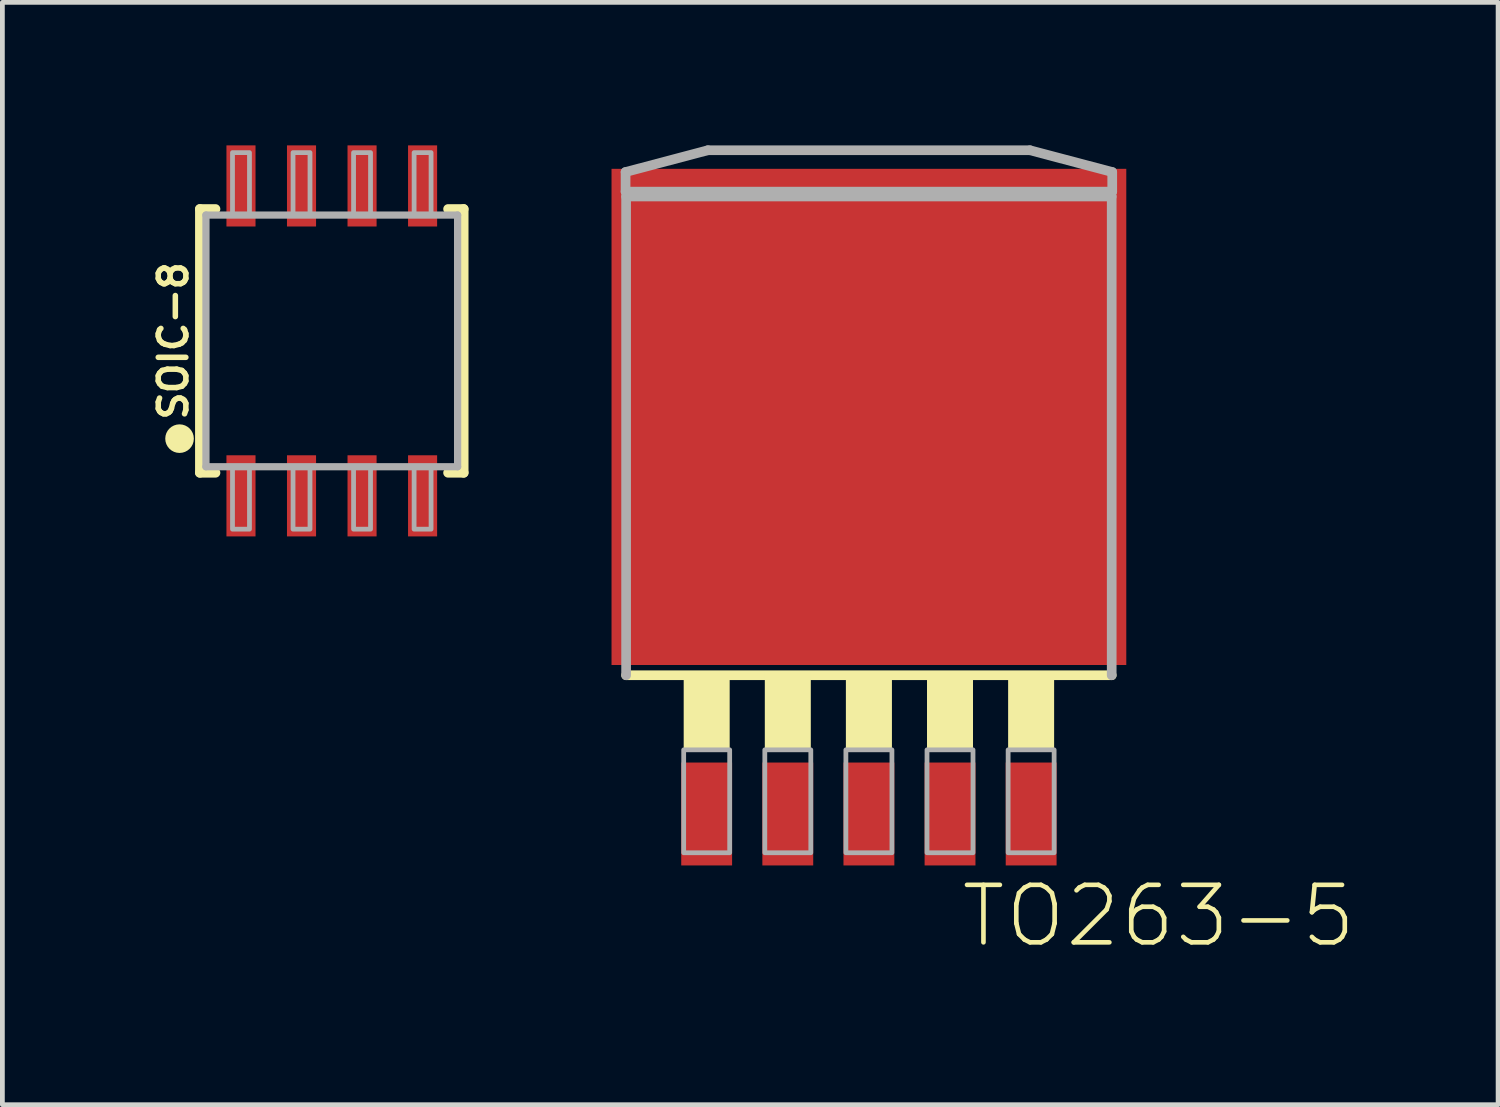
<source format=kicad_pcb>
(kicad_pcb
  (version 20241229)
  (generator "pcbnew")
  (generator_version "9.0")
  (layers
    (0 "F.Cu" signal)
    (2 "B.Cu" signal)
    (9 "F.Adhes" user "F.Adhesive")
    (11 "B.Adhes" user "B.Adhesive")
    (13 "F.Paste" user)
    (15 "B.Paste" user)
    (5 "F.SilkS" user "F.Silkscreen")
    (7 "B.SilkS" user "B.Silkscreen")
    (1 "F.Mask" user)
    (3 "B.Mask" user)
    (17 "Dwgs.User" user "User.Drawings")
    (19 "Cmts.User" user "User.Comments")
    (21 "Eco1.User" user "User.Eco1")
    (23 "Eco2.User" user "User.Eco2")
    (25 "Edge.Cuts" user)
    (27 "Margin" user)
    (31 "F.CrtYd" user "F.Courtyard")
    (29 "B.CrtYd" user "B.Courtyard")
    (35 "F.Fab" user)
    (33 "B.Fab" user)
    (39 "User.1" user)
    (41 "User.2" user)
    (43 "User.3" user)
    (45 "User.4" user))
  (footprint "SOIC-8"
    (layer "F.Cu")
    (at 3.911 4.102)
    (property "Reference" "SOIC-8" (at -2.985 0 90) (layer "F.SilkS") (effects (font (size 0.579 0.579) (thickness 0.116)) (justify bottom)))
    (attr through_hole)
    (fp_line (start -2.767 -2.767) (end -2.767 2.767) (stroke (width 0.203) (type solid)) (layer "F.SilkS"))
    (fp_line (start -2.767 2.767) (end -2.44 2.767) (stroke (width 0.203) (type solid)) (layer "F.SilkS"))
    (fp_line (start -2.44 -2.767) (end -2.767 -2.767) (stroke (width 0.203) (type solid)) (layer "F.SilkS"))
    (fp_line (start 2.44 2.767) (end 2.767 2.767) (stroke (width 0.203) (type solid)) (layer "F.SilkS"))
    (fp_line (start 2.767 -2.767) (end 2.44 -2.767) (stroke (width 0.203) (type solid)) (layer "F.SilkS"))
    (fp_line (start 2.767 2.767) (end 2.767 -2.767) (stroke (width 0.203) (type solid)) (layer "F.SilkS"))
    (fp_circle (center -3.194 2.051) (end -3.044 2.051) (stroke (width 0.3) (type solid)) (fill no) (layer "F.SilkS"))
    (fp_line (start -2.64 -2.64) (end -2.64 2.64) (stroke (width 0.152) (type solid)) (layer "F.Fab"))
    (fp_line (start -2.64 2.64) (end 2.64 2.64) (stroke (width 0.152) (type solid)) (layer "F.Fab"))
    (fp_line (start 2.64 -2.64) (end -2.64 -2.64) (stroke (width 0.152) (type solid)) (layer "F.Fab"))
    (fp_line (start 2.64 2.64) (end 2.64 -2.64) (stroke (width 0.152) (type solid)) (layer "F.Fab"))
    (fp_poly (pts (xy -2.083 3.95) (xy -1.727 3.95) (xy -1.727 2.64) (xy -2.083 2.64)) (stroke (width 0.1) (type solid)) (fill no) (layer "F.Fab"))
    (fp_poly (pts (xy -1.727 -3.95) (xy -2.083 -3.95) (xy -2.083 -2.64) (xy -1.727 -2.64)) (stroke (width 0.1) (type solid)) (fill no) (layer "F.Fab"))
    (fp_poly (pts (xy -0.813 3.95) (xy -0.457 3.95) (xy -0.457 2.64) (xy -0.813 2.64)) (stroke (width 0.1) (type solid)) (fill no) (layer "F.Fab"))
    (fp_poly (pts (xy -0.457 -3.95) (xy -0.813 -3.95) (xy -0.813 -2.64) (xy -0.457 -2.64)) (stroke (width 0.1) (type solid)) (fill no) (layer "F.Fab"))
    (fp_poly (pts (xy 0.457 3.95) (xy 0.813 3.95) (xy 0.813 2.64) (xy 0.457 2.64)) (stroke (width 0.1) (type solid)) (fill no) (layer "F.Fab"))
    (fp_poly (pts (xy 0.813 -3.95) (xy 0.457 -3.95) (xy 0.457 -2.64) (xy 0.813 -2.64)) (stroke (width 0.1) (type solid)) (fill no) (layer "F.Fab"))
    (fp_poly (pts (xy 1.727 3.95) (xy 2.083 3.95) (xy 2.083 2.64) (xy 1.727 2.64)) (stroke (width 0.1) (type solid)) (fill no) (layer "F.Fab"))
    (fp_poly (pts (xy 2.083 -3.95) (xy 1.727 -3.95) (xy 1.727 -2.64) (xy 2.083 -2.64)) (stroke (width 0.1) (type solid)) (fill no) (layer "F.Fab"))
    (pad "1" smd rect (at -1.905 3.251) (size 0.61 1.702) (layers "F.Cu" "F.Mask" "F.Paste"))
    (pad "2" smd rect (at -0.635 3.251) (size 0.61 1.702) (layers "F.Cu" "F.Mask" "F.Paste"))
    (pad "3" smd rect (at 0.635 3.251) (size 0.61 1.702) (layers "F.Cu" "F.Mask" "F.Paste"))
    (pad "4" smd rect (at 1.905 3.251) (size 0.61 1.702) (layers "F.Cu" "F.Mask" "F.Paste"))
    (pad "5" smd rect (at 1.905 -3.251) (size 0.61 1.702) (layers "F.Cu" "F.Mask" "F.Paste"))
    (pad "6" smd rect (at 0.635 -3.251) (size 0.61 1.702) (layers "F.Cu" "F.Mask" "F.Paste"))
    (pad "7" smd rect (at -0.635 -3.251) (size 0.61 1.702) (layers "F.Cu" "F.Mask" "F.Paste"))
    (pad "8" smd rect (at -1.905 -3.251) (size 0.61 1.702) (layers "F.Cu" "F.Mask" "F.Paste")))
  (footprint "TO263-5"
    (layer "F.Cu")
    (at 15.18 8.237)
    (property "Reference" "TO263-5" (at 1.88 8.636 0) (layer "F.SilkS") (effects (font (size 1.206 1.206) (thickness 0.097)) (justify left bottom)))
    (attr through_hole)
    (fp_line (start 5.094 2.88) (end -5.094 2.88) (stroke (width 0.203) (type solid)) (layer "F.SilkS"))
    (fp_poly (pts (xy -3.886 4.47) (xy -2.921 4.47) (xy -2.921 2.794) (xy -3.886 2.794)) (stroke (width 0) (type solid)) (fill yes) (layer "F.SilkS"))
    (fp_poly (pts (xy -2.184 4.47) (xy -1.219 4.47) (xy -1.219 2.794) (xy -2.184 2.794)) (stroke (width 0) (type solid)) (fill yes) (layer "F.SilkS"))
    (fp_poly (pts (xy -0.483 4.47) (xy 0.483 4.47) (xy 0.483 2.794) (xy -0.483 2.794)) (stroke (width 0) (type solid)) (fill yes) (layer "F.SilkS"))
    (fp_poly (pts (xy 1.219 4.47) (xy 2.184 4.47) (xy 2.184 2.794) (xy 1.219 2.794)) (stroke (width 0) (type solid)) (fill yes) (layer "F.SilkS"))
    (fp_poly (pts (xy 2.921 4.47) (xy 3.886 4.47) (xy 3.886 2.794) (xy 2.921 2.794)) (stroke (width 0) (type solid)) (fill yes) (layer "F.SilkS"))
    (fp_line (start -5.105 -7.678) (end -3.378 -8.135) (stroke (width 0.203) (type solid)) (layer "F.Fab"))
    (fp_line (start -5.105 -7.267) (end -5.105 -7.678) (stroke (width 0.203) (type solid)) (layer "F.Fab"))
    (fp_line (start -5.094 -7.165) (end 5.094 -7.165) (stroke (width 0.203) (type solid)) (layer "F.Fab"))
    (fp_line (start -5.094 2.88) (end -5.094 -7.165) (stroke (width 0.203) (type solid)) (layer "F.Fab"))
    (fp_line (start -3.378 -8.135) (end 3.378 -8.135) (stroke (width 0.203) (type solid)) (layer "F.Fab"))
    (fp_line (start 3.378 -8.135) (end 5.105 -7.678) (stroke (width 0.203) (type solid)) (layer "F.Fab"))
    (fp_line (start 5.094 -7.165) (end 5.094 2.88) (stroke (width 0.203) (type solid)) (layer "F.Fab"))
    (fp_line (start 5.105 -7.678) (end 5.105 -7.267) (stroke (width 0.203) (type solid)) (layer "F.Fab"))
    (fp_line (start 5.105 -7.267) (end -5.105 -7.267) (stroke (width 0.203) (type solid)) (layer "F.Fab"))
    (fp_poly (pts (xy -3.886 6.604) (xy -2.921 6.604) (xy -2.921 4.445) (xy -3.886 4.445)) (stroke (width 0.1) (type solid)) (fill no) (layer "F.Fab"))
    (fp_poly (pts (xy -2.184 6.604) (xy -1.219 6.604) (xy -1.219 4.445) (xy -2.184 4.445)) (stroke (width 0.1) (type solid)) (fill no) (layer "F.Fab"))
    (fp_poly (pts (xy -0.483 6.604) (xy 0.483 6.604) (xy 0.483 4.445) (xy -0.483 4.445)) (stroke (width 0.1) (type solid)) (fill no) (layer "F.Fab"))
    (fp_poly (pts (xy 1.219 6.604) (xy 2.184 6.604) (xy 2.184 4.445) (xy 1.219 4.445)) (stroke (width 0.1) (type solid)) (fill no) (layer "F.Fab"))
    (fp_poly (pts (xy 2.921 6.604) (xy 3.886 6.604) (xy 3.886 4.445) (xy 2.921 4.445)) (stroke (width 0.1) (type solid)) (fill no) (layer "F.Fab"))
    (fp_poly (pts (xy -5.105 -7.267) (xy -5.105 -7.678) (xy -3.378 -8.135) (xy 3.378 -8.135) (xy 5.105 -7.678) (xy 5.105 -7.267)) (stroke (width 0.1) (type solid)) (fill no) (layer "F.Fab"))
    (pad "1" smd rect (at -3.404 5.791) (size 1.067 2.159) (layers "F.Cu" "F.Mask" "F.Paste"))
    (pad "2" smd rect (at -1.702 5.791) (size 1.067 2.159) (layers "F.Cu" "F.Mask" "F.Paste"))
    (pad "3" smd rect (at 0 5.791) (size 1.067 2.159) (layers "F.Cu" "F.Mask" "F.Paste"))
    (pad "4" smd rect (at 1.702 5.791) (size 1.067 2.159) (layers "F.Cu" "F.Mask" "F.Paste"))
    (pad "5" smd rect (at 3.404 5.791) (size 1.067 2.159) (layers "F.Cu" "F.Mask" "F.Paste"))
    (pad "6" smd rect (at 0 -2.54) (size 10.8 10.41) (layers "F.Cu" "F.Mask" "F.Paste")))
  (gr_rect
    (start -3 -3)
    (end 28.381 20.127)
    (stroke (width 0.1) (type default))
    (fill no)
    (layer "Edge.Cuts")))
</source>
